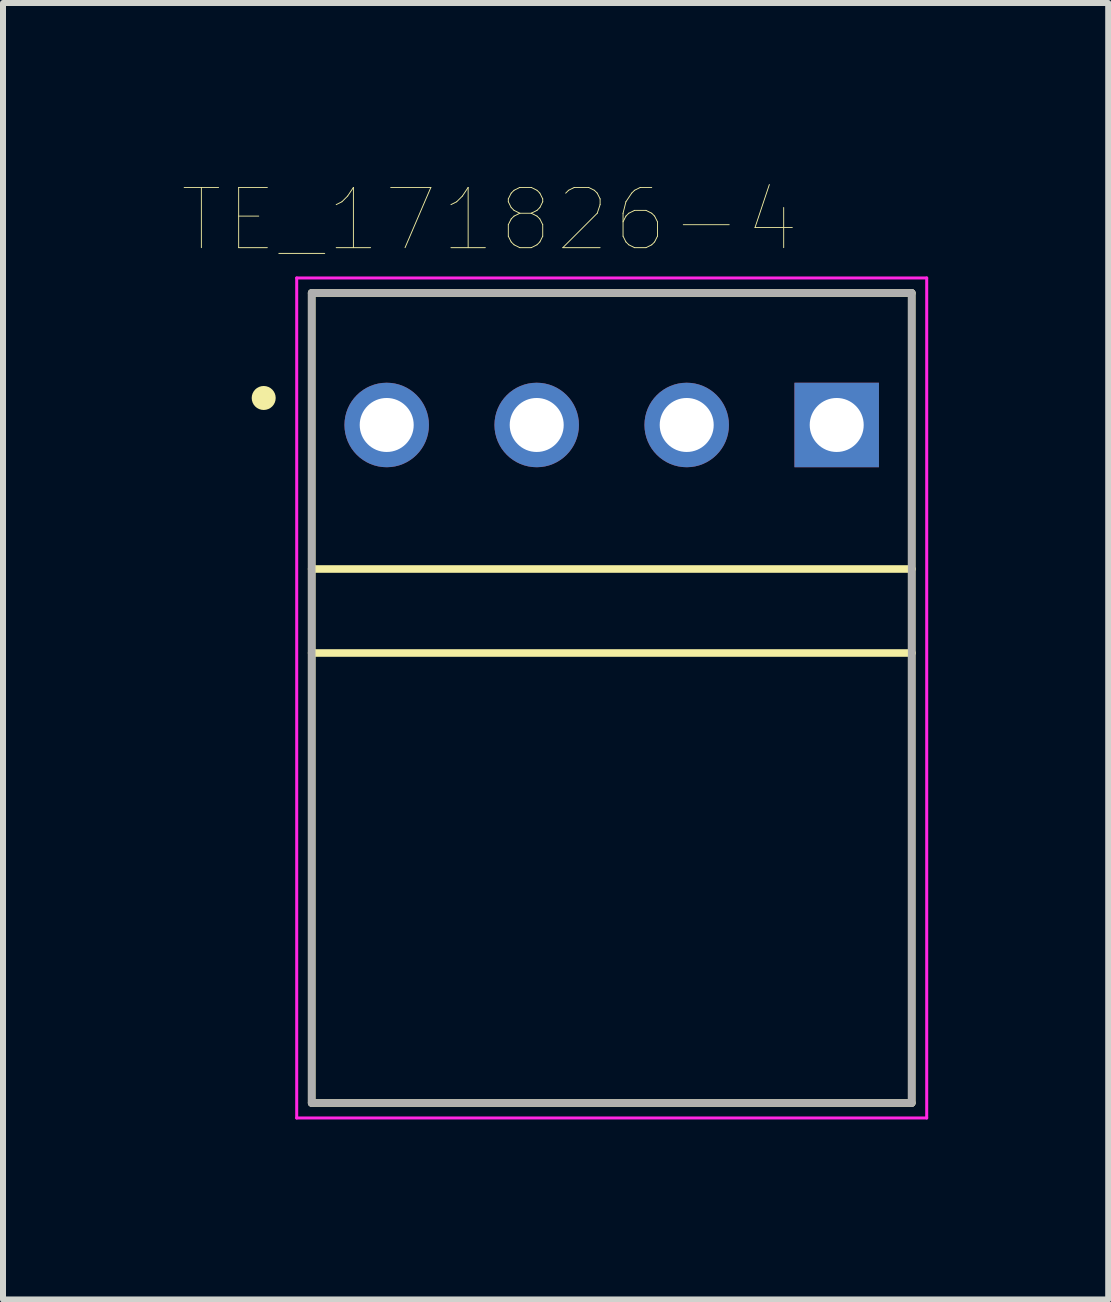
<source format=kicad_pcb>
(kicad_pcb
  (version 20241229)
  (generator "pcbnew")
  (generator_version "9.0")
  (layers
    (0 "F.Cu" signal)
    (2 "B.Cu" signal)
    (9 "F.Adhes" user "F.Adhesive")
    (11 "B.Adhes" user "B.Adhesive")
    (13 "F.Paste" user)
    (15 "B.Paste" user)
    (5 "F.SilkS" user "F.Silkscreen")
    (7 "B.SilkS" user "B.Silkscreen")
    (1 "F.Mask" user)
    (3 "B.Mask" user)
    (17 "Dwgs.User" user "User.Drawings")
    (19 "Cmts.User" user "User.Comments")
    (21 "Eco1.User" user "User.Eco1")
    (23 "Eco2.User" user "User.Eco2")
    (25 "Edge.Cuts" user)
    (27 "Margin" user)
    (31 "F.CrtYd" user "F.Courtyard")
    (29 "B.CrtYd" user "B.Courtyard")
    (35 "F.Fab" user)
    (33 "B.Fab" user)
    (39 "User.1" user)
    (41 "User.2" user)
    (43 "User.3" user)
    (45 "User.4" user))
  (footprint "TE_171826-4"
    (layer "F.Cu")
    (at 7.145 8.583)
    (property "Reference" "TE_171826-4" (at -2.034 -7.969 0) (layer "F.SilkS") (effects (font (size 1.004 1.004) (thickness 0.015))))
    (attr through_hole)
    (fp_line (start -5 -6.75) (end 5 -6.75) (stroke (width 0.127) (type solid)) (layer "F.SilkS"))
    (fp_line (start -5 -2.15) (end -5 -6.75) (stroke (width 0.127) (type solid)) (layer "F.SilkS"))
    (fp_line (start -5 -2.15) (end 5 -2.15) (stroke (width 0.127) (type solid)) (layer "F.SilkS"))
    (fp_line (start -5 -0.75) (end -5 -2.15) (stroke (width 0.127) (type solid)) (layer "F.SilkS"))
    (fp_line (start -5 -0.75) (end 5 -0.75) (stroke (width 0.127) (type solid)) (layer "F.SilkS"))
    (fp_line (start -5 6.75) (end -5 -0.75) (stroke (width 0.127) (type solid)) (layer "F.SilkS"))
    (fp_line (start 5 -6.75) (end 5 -2.15) (stroke (width 0.127) (type solid)) (layer "F.SilkS"))
    (fp_line (start 5 -2.15) (end 5 -0.75) (stroke (width 0.127) (type solid)) (layer "F.SilkS"))
    (fp_line (start 5 -0.75) (end 5 6.75) (stroke (width 0.127) (type solid)) (layer "F.SilkS"))
    (fp_line (start 5 6.75) (end -5 6.75) (stroke (width 0.127) (type solid)) (layer "F.SilkS"))
    (fp_circle (center -5.8 -5) (end -5.7 -5) (stroke (width 0.2) (type solid)) (fill no) (layer "F.SilkS"))
    (fp_line (start -5.25 -7) (end 5.25 -7) (stroke (width 0.05) (type solid)) (layer "F.CrtYd"))
    (fp_line (start -5.25 7) (end -5.25 -7) (stroke (width 0.05) (type solid)) (layer "F.CrtYd"))
    (fp_line (start 5.25 -7) (end 5.25 7) (stroke (width 0.05) (type solid)) (layer "F.CrtYd"))
    (fp_line (start 5.25 7) (end -5.25 7) (stroke (width 0.05) (type solid)) (layer "F.CrtYd"))
    (fp_line (start -5 -6.75) (end 5 -6.75) (stroke (width 0.127) (type solid)) (layer "F.Fab"))
    (fp_line (start -5 6.75) (end -5 -6.75) (stroke (width 0.127) (type solid)) (layer "F.Fab"))
    (fp_line (start 5 6.75) (end -5 6.75) (stroke (width 0.127) (type solid)) (layer "F.Fab"))
    (fp_line (start 5 6.75) (end 5 -6.75) (stroke (width 0.127) (type solid)) (layer "F.Fab"))
    (pad "1" thru_hole rect (at 3.75 -4.55) (size 1.408 1.408) (drill 0.9) (layers "*.Cu" "*.Mask"))
    (pad "2" thru_hole circle (at 1.25 -4.55) (size 1.408 1.408) (drill 0.9) (layers "*.Cu" "*.Mask"))
    (pad "3" thru_hole circle (at -1.25 -4.55) (size 1.408 1.408) (drill 0.9) (layers "*.Cu" "*.Mask"))
    (pad "4" thru_hole circle (at -3.75 -4.55) (size 1.408 1.408) (drill 0.9) (layers "*.Cu" "*.Mask")))
  (gr_rect
    (start -3 -3)
    (end 15.42 18.608)
    (stroke (width 0.1) (type default))
    (fill no)
    (layer "Edge.Cuts")))
</source>
